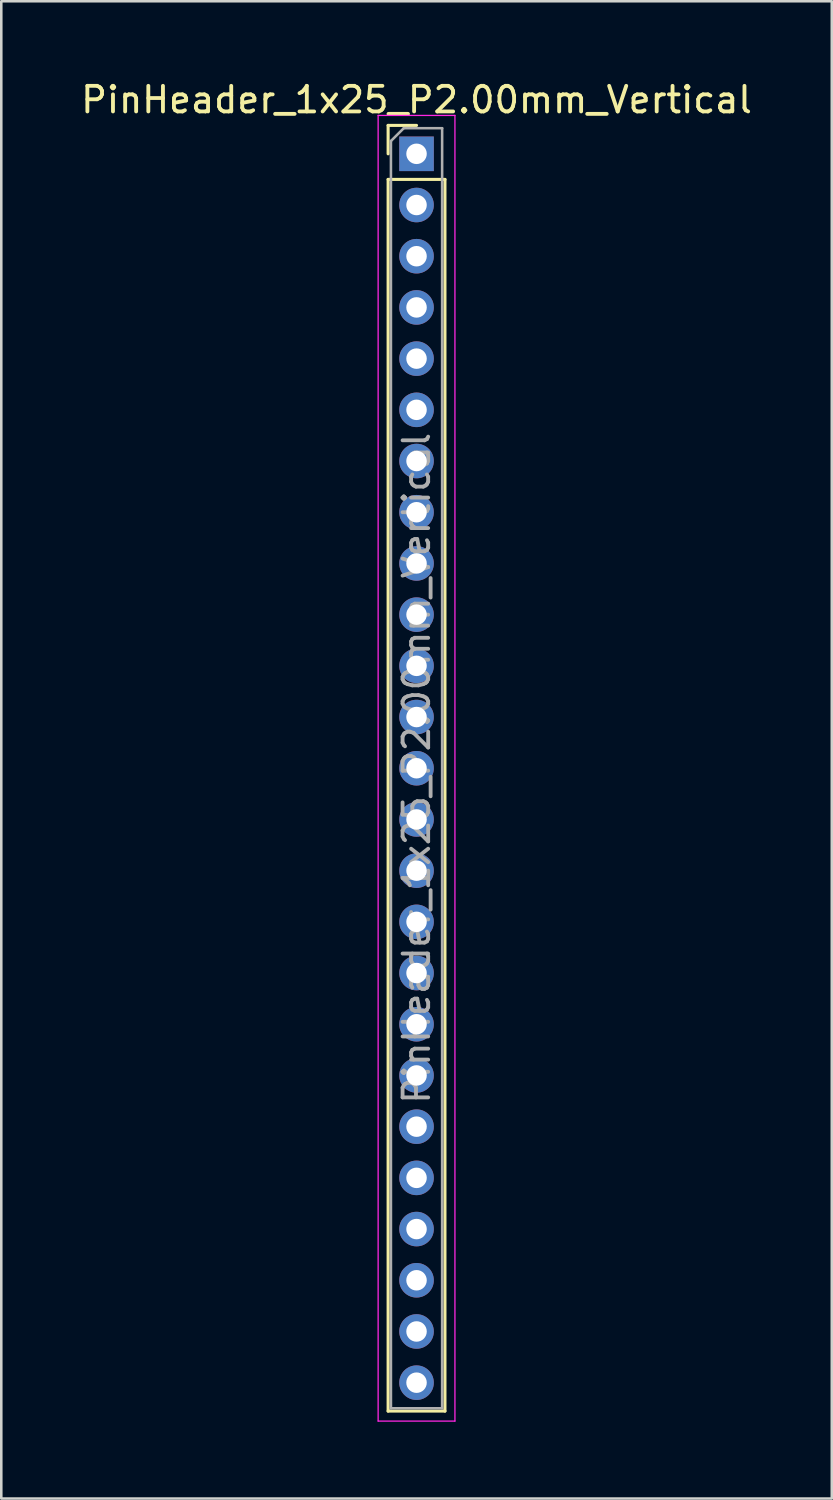
<source format=kicad_pcb>
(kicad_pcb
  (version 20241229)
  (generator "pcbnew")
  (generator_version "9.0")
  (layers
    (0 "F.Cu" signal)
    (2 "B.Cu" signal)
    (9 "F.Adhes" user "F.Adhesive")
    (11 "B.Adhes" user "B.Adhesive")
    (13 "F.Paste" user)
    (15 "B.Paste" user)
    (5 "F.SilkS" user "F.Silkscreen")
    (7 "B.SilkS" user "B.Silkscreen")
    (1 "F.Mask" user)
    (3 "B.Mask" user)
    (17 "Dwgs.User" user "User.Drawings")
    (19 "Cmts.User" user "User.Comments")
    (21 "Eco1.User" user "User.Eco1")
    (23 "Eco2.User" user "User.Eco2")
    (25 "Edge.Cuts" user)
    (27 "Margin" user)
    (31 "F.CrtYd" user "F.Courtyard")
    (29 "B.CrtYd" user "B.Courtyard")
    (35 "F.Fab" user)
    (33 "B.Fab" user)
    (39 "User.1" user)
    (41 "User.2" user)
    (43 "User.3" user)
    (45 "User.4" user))
  (footprint "PinHeader_1x25_P2.00mm_Vertical"
    (layer "F.Cu")
    (at 13.22 2.958)
    (property "Reference" "PinHeader_1x25_P2.00mm_Vertical" (at 0 -2.11 0) (layer "F.SilkS") (effects (font (size 1 1) (thickness 0.15))))
    (attr through_hole)
    (fp_line (start -1.11 -1.11) (end 0 -1.11) (stroke (width 0.12) (type solid)) (layer "F.SilkS"))
    (fp_line (start -1.11 0) (end -1.11 -1.11) (stroke (width 0.12) (type solid)) (layer "F.SilkS"))
    (fp_line (start -1.11 1) (end -1.11 49.11) (stroke (width 0.12) (type solid)) (layer "F.SilkS"))
    (fp_line (start -1.11 1) (end 1.11 1) (stroke (width 0.12) (type solid)) (layer "F.SilkS"))
    (fp_line (start -1.11 49.11) (end 1.11 49.11) (stroke (width 0.12) (type solid)) (layer "F.SilkS"))
    (fp_line (start 1.11 1) (end 1.11 49.11) (stroke (width 0.12) (type solid)) (layer "F.SilkS"))
    (fp_line (start -1.5 -1.5) (end -1.5 49.5) (stroke (width 0.05) (type solid)) (layer "F.CrtYd"))
    (fp_line (start -1.5 49.5) (end 1.5 49.5) (stroke (width 0.05) (type solid)) (layer "F.CrtYd"))
    (fp_line (start 1.5 -1.5) (end -1.5 -1.5) (stroke (width 0.05) (type solid)) (layer "F.CrtYd"))
    (fp_line (start 1.5 49.5) (end 1.5 -1.5) (stroke (width 0.05) (type solid)) (layer "F.CrtYd"))
    (fp_line (start -1 -0.5) (end -0.5 -1) (stroke (width 0.1) (type solid)) (layer "F.Fab"))
    (fp_line (start -1 49) (end -1 -0.5) (stroke (width 0.1) (type solid)) (layer "F.Fab"))
    (fp_line (start -0.5 -1) (end 1 -1) (stroke (width 0.1) (type solid)) (layer "F.Fab"))
    (fp_line (start 1 -1) (end 1 49) (stroke (width 0.1) (type solid)) (layer "F.Fab"))
    (fp_line (start 1 49) (end -1 49) (stroke (width 0.1) (type solid)) (layer "F.Fab"))
    (fp_text user "${REFERENCE}" (at 0 24 90) (layer "F.Fab") (effects (font (size 1 1) (thickness 0.15))))
    (pad "1" thru_hole rect (at 0 0) (size 1.35 1.35) (drill 0.8) (layers "*.Cu" "*.Mask"))
    (pad "2" thru_hole circle (at 0 2) (size 1.35 1.35) (drill 0.8) (layers "*.Cu" "*.Mask"))
    (pad "3" thru_hole circle (at 0 4) (size 1.35 1.35) (drill 0.8) (layers "*.Cu" "*.Mask"))
    (pad "4" thru_hole circle (at 0 6) (size 1.35 1.35) (drill 0.8) (layers "*.Cu" "*.Mask"))
    (pad "5" thru_hole circle (at 0 8) (size 1.35 1.35) (drill 0.8) (layers "*.Cu" "*.Mask"))
    (pad "6" thru_hole circle (at 0 10) (size 1.35 1.35) (drill 0.8) (layers "*.Cu" "*.Mask"))
    (pad "7" thru_hole circle (at 0 12) (size 1.35 1.35) (drill 0.8) (layers "*.Cu" "*.Mask"))
    (pad "8" thru_hole circle (at 0 14) (size 1.35 1.35) (drill 0.8) (layers "*.Cu" "*.Mask"))
    (pad "9" thru_hole circle (at 0 16) (size 1.35 1.35) (drill 0.8) (layers "*.Cu" "*.Mask"))
    (pad "10" thru_hole circle (at 0 18) (size 1.35 1.35) (drill 0.8) (layers "*.Cu" "*.Mask"))
    (pad "11" thru_hole circle (at 0 20) (size 1.35 1.35) (drill 0.8) (layers "*.Cu" "*.Mask"))
    (pad "12" thru_hole circle (at 0 22) (size 1.35 1.35) (drill 0.8) (layers "*.Cu" "*.Mask"))
    (pad "13" thru_hole circle (at 0 24) (size 1.35 1.35) (drill 0.8) (layers "*.Cu" "*.Mask"))
    (pad "14" thru_hole circle (at 0 26) (size 1.35 1.35) (drill 0.8) (layers "*.Cu" "*.Mask"))
    (pad "15" thru_hole circle (at 0 28) (size 1.35 1.35) (drill 0.8) (layers "*.Cu" "*.Mask"))
    (pad "16" thru_hole circle (at 0 30) (size 1.35 1.35) (drill 0.8) (layers "*.Cu" "*.Mask"))
    (pad "17" thru_hole circle (at 0 32) (size 1.35 1.35) (drill 0.8) (layers "*.Cu" "*.Mask"))
    (pad "18" thru_hole circle (at 0 34) (size 1.35 1.35) (drill 0.8) (layers "*.Cu" "*.Mask"))
    (pad "19" thru_hole circle (at 0 36) (size 1.35 1.35) (drill 0.8) (layers "*.Cu" "*.Mask"))
    (pad "20" thru_hole circle (at 0 38) (size 1.35 1.35) (drill 0.8) (layers "*.Cu" "*.Mask"))
    (pad "21" thru_hole circle (at 0 40) (size 1.35 1.35) (drill 0.8) (layers "*.Cu" "*.Mask"))
    (pad "22" thru_hole circle (at 0 42) (size 1.35 1.35) (drill 0.8) (layers "*.Cu" "*.Mask"))
    (pad "23" thru_hole circle (at 0 44) (size 1.35 1.35) (drill 0.8) (layers "*.Cu" "*.Mask"))
    (pad "24" thru_hole circle (at 0 46) (size 1.35 1.35) (drill 0.8) (layers "*.Cu" "*.Mask"))
    (pad "25" thru_hole circle (at 0 48) (size 1.35 1.35) (drill 0.8) (layers "*.Cu" "*.Mask")))
  (gr_rect
    (start -3 -3)
    (end 29.44 55.483)
    (stroke (width 0.1) (type default))
    (fill no)
    (layer "Edge.Cuts")))
</source>
